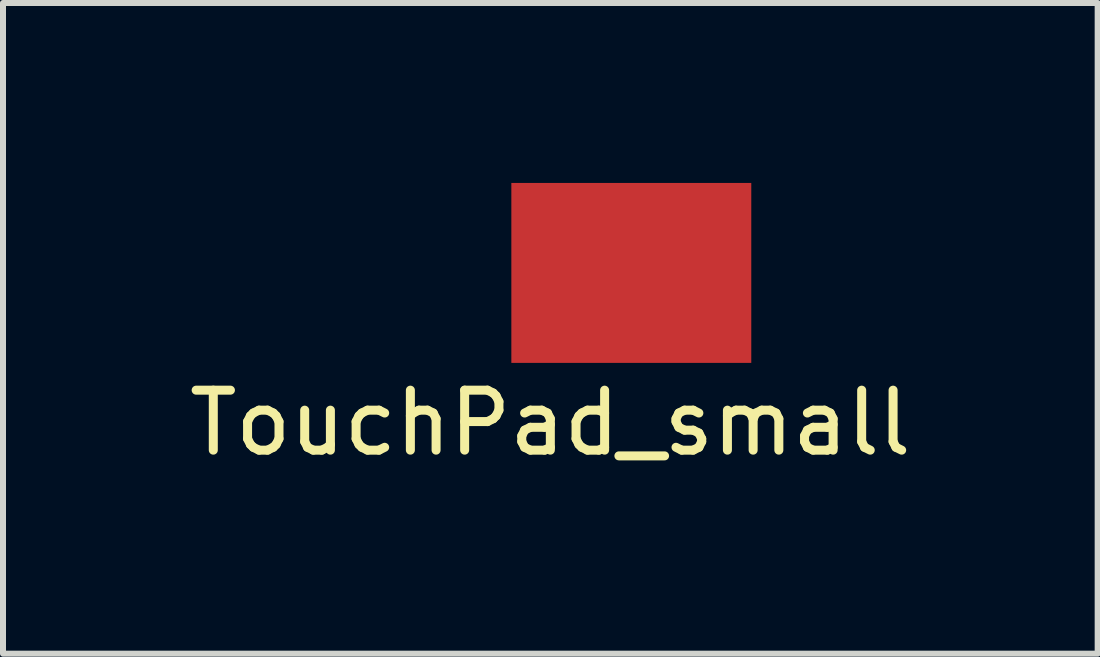
<source format=kicad_pcb>
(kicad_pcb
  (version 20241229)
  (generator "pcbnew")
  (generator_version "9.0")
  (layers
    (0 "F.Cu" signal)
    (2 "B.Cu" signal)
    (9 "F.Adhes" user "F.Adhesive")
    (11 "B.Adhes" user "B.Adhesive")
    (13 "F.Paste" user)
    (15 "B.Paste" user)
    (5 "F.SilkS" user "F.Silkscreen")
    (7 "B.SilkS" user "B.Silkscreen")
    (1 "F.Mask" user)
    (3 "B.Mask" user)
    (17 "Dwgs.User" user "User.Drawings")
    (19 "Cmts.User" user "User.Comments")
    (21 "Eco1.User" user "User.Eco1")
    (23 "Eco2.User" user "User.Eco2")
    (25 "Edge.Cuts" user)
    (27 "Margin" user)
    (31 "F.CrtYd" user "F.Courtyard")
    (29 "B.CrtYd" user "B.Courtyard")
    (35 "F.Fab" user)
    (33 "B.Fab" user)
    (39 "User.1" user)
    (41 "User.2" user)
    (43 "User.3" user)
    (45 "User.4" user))
  (footprint "TouchPad_small"
    (layer "F.Cu")
    (at 7.475 1.5)
    (property "Reference" "TouchPad_small" (at -1.35 2.5 0) (layer "F.SilkS") (effects (font (size 1 1) (thickness 0.15))))
    (attr through_hole)
    (pad "1" smd rect (at 0 0) (size 4 3) (layers "F.Cu" "F.Paste")))
  (gr_rect
    (start -3 -3)
    (end 15.25 7.848)
    (stroke (width 0.1) (type default))
    (fill no)
    (layer "Edge.Cuts")))
</source>
